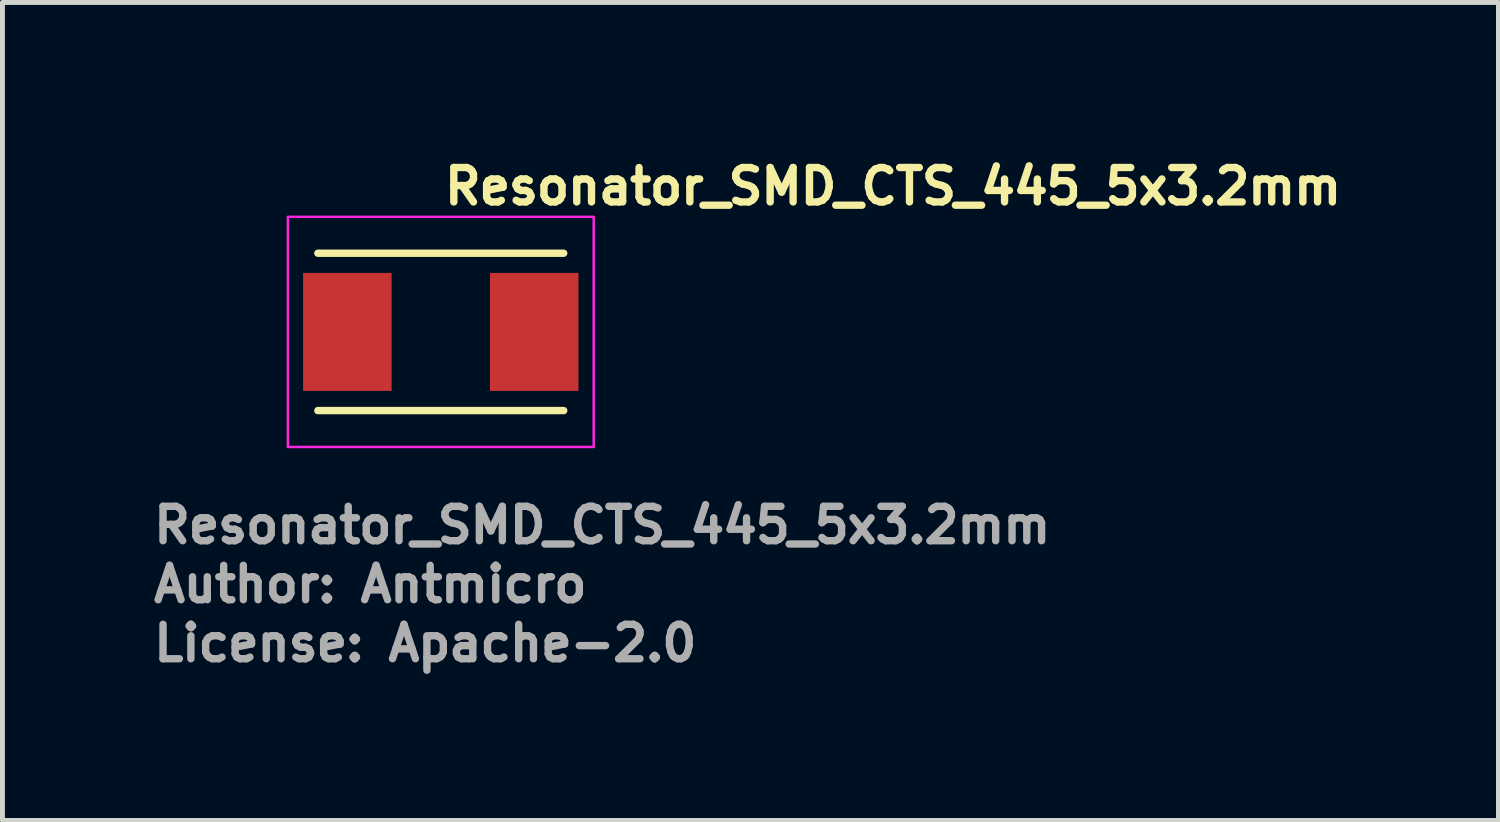
<source format=kicad_pcb>
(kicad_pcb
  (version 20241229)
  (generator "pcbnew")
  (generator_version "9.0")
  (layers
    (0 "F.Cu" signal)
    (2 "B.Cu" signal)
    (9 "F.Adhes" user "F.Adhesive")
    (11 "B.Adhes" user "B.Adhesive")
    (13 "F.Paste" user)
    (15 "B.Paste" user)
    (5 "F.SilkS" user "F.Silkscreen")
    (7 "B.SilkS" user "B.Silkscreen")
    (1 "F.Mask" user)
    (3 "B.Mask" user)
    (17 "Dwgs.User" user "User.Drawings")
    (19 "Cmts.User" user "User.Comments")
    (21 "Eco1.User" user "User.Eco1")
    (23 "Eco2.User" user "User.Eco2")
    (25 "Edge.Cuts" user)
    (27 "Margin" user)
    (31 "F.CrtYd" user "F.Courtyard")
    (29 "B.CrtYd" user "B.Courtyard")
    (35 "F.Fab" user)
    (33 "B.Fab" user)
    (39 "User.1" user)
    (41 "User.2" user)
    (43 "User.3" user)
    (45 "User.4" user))
  (footprint "Resonator_SMD_CTS_445_5x3.2mm"
    (layer "F.Cu")
    (at 5.914 3.7)
    (property "Reference" "Resonator_SMD_CTS_445_5x3.2mm" (at 0 -2.55 0) (unlocked yes) (layer "F.SilkS") (effects (font (size 0.7 0.7) (thickness 0.15)) (justify left bottom)))
    (attr smd)
    (fp_line (start 2.5 -1.6) (end -2.5 -1.6) (stroke (width 0.15) (type solid)) (layer "F.SilkS"))
    (fp_line (start 2.5 1.6) (end -2.5 1.6) (stroke (width 0.15) (type solid)) (layer "F.SilkS"))
    (fp_rect (start -3.11 -2.34) (end 3.11 2.34) (stroke (width 0.05) (type solid)) (fill no) (layer "F.CrtYd"))
    (fp_line (start -2.5 1.6) (end -2.5 -1.6) (stroke (width 0.1) (type solid)) (layer "User.1"))
    (fp_line (start 2.5 -1.6) (end -2.5 -1.6) (stroke (width 0.1) (type solid)) (layer "User.1"))
    (fp_line (start 2.5 1.6) (end -2.5 1.6) (stroke (width 0.1) (type solid)) (layer "User.1"))
    (fp_line (start 2.5 1.6) (end 2.5 -1.6) (stroke (width 0.1) (type solid)) (layer "User.1"))
    (fp_rect (start -2.864 -2.09) (end 2.864 2.09) (stroke (width 0.1) (type solid)) (fill no) (layer "User.5"))
    (fp_line (start -2.864 -1.81) (end -2.864 -0.66) (stroke (width 0.02) (type solid)) (layer "User.9"))
    (fp_line (start -2.864 -0.66) (end -2.61 -0.66) (stroke (width 0.02) (type solid)) (layer "User.9"))
    (fp_line (start -2.864 0.66) (end -2.864 1.81) (stroke (width 0.02) (type solid)) (layer "User.9"))
    (fp_line (start -2.864 1.81) (end -2.584 2.09) (stroke (width 0.02) (type solid)) (layer "User.9"))
    (fp_line (start -2.629 -0.66) (end -2.629 0.66) (stroke (width 0.02) (type solid)) (layer "User.9"))
    (fp_line (start -2.61 -0.66) (end -2.61 0.66) (stroke (width 0.02) (type solid)) (layer "User.9"))
    (fp_line (start -2.61 0.66) (end -2.864 0.66) (stroke (width 0.02) (type solid)) (layer "User.9"))
    (fp_line (start -2.604 -1.308) (end -2.604 1.308) (stroke (width 0.02) (type solid)) (layer "User.9"))
    (fp_line (start -2.604 1.308) (end -2.603 1.334) (stroke (width 0.02) (type solid)) (layer "User.9"))
    (fp_line (start -2.603 -1.334) (end -2.604 -1.308) (stroke (width 0.02) (type solid)) (layer "User.9"))
    (fp_line (start -2.603 1.334) (end -2.601 1.359) (stroke (width 0.02) (type solid)) (layer "User.9"))
    (fp_line (start -2.601 -1.359) (end -2.603 -1.334) (stroke (width 0.02) (type solid)) (layer "User.9"))
    (fp_line (start -2.601 1.359) (end -2.598 1.385) (stroke (width 0.02) (type solid)) (layer "User.9"))
    (fp_line (start -2.598 -1.385) (end -2.601 -1.359) (stroke (width 0.02) (type solid)) (layer "User.9"))
    (fp_line (start -2.598 1.385) (end -2.594 1.41) (stroke (width 0.02) (type solid)) (layer "User.9"))
    (fp_line (start -2.594 -1.41) (end -2.598 -1.385) (stroke (width 0.02) (type solid)) (layer "User.9"))
    (fp_line (start -2.594 1.41) (end -2.588 1.435) (stroke (width 0.02) (type solid)) (layer "User.9"))
    (fp_line (start -2.588 -1.435) (end -2.594 -1.41) (stroke (width 0.02) (type solid)) (layer "User.9"))
    (fp_line (start -2.588 1.435) (end -2.581 1.459) (stroke (width 0.02) (type solid)) (layer "User.9"))
    (fp_line (start -2.584 -2.089) (end -2.864 -1.81) (stroke (width 0.02) (type solid)) (layer "User.9"))
    (fp_line (start -2.584 2.089) (end 2.584 2.089) (stroke (width 0.02) (type solid)) (layer "User.9"))
    (fp_line (start -2.581 -1.459) (end -2.588 -1.435) (stroke (width 0.02) (type solid)) (layer "User.9"))
    (fp_line (start -2.581 1.459) (end -2.573 1.484) (stroke (width 0.02) (type solid)) (layer "User.9"))
    (fp_line (start -2.573 -1.484) (end -2.581 -1.459) (stroke (width 0.02) (type solid)) (layer "User.9"))
    (fp_line (start -2.573 1.484) (end -2.564 1.507) (stroke (width 0.02) (type solid)) (layer "User.9"))
    (fp_line (start -2.564 -1.507) (end -2.573 -1.484) (stroke (width 0.02) (type solid)) (layer "User.9"))
    (fp_line (start -2.564 1.507) (end -2.554 1.53) (stroke (width 0.02) (type solid)) (layer "User.9"))
    (fp_line (start -2.554 -1.53) (end -2.564 -1.507) (stroke (width 0.02) (type solid)) (layer "User.9"))
    (fp_line (start -2.554 1.53) (end -2.542 1.553) (stroke (width 0.02) (type solid)) (layer "User.9"))
    (fp_line (start -2.542 -1.553) (end -2.554 -1.53) (stroke (width 0.02) (type solid)) (layer "User.9"))
    (fp_line (start -2.542 1.553) (end -2.53 1.575) (stroke (width 0.02) (type solid)) (layer "User.9"))
    (fp_line (start -2.53 -1.575) (end -2.542 -1.553) (stroke (width 0.02) (type solid)) (layer "User.9"))
    (fp_line (start -2.53 1.575) (end -2.516 1.597) (stroke (width 0.02) (type solid)) (layer "User.9"))
    (fp_line (start -2.516 -1.597) (end -2.53 -1.575) (stroke (width 0.02) (type solid)) (layer "User.9"))
    (fp_line (start -2.516 1.597) (end -2.502 1.618) (stroke (width 0.02) (type solid)) (layer "User.9"))
    (fp_line (start -2.502 -1.618) (end -2.516 -1.597) (stroke (width 0.02) (type solid)) (layer "User.9"))
    (fp_line (start -2.502 1.618) (end -2.486 1.638) (stroke (width 0.02) (type solid)) (layer "User.9"))
    (fp_line (start -2.486 -1.638) (end -2.502 -1.618) (stroke (width 0.02) (type solid)) (layer "User.9"))
    (fp_line (start -2.486 1.638) (end -2.469 1.657) (stroke (width 0.02) (type solid)) (layer "User.9"))
    (fp_line (start -2.469 -1.657) (end -2.486 -1.638) (stroke (width 0.02) (type solid)) (layer "User.9"))
    (fp_line (start -2.469 1.657) (end -2.451 1.676) (stroke (width 0.02) (type solid)) (layer "User.9"))
    (fp_line (start -2.451 -1.676) (end -2.469 -1.657) (stroke (width 0.02) (type solid)) (layer "User.9"))
    (fp_line (start -2.451 -1.676) (end -2.451 -1.676) (stroke (width 0.02) (type solid)) (layer "User.9"))
    (fp_line (start -2.451 1.676) (end -2.451 1.676) (stroke (width 0.02) (type solid)) (layer "User.9"))
    (fp_line (start -2.451 1.676) (end -2.432 1.694) (stroke (width 0.02) (type solid)) (layer "User.9"))
    (fp_line (start -2.432 -1.694) (end -2.451 -1.676) (stroke (width 0.02) (type solid)) (layer "User.9"))
    (fp_line (start -2.432 1.694) (end -2.413 1.711) (stroke (width 0.02) (type solid)) (layer "User.9"))
    (fp_line (start -2.413 -1.711) (end -2.432 -1.694) (stroke (width 0.02) (type solid)) (layer "User.9"))
    (fp_line (start -2.413 1.711) (end -2.393 1.727) (stroke (width 0.02) (type solid)) (layer "User.9"))
    (fp_line (start -2.393 -1.727) (end -2.413 -1.711) (stroke (width 0.02) (type solid)) (layer "User.9"))
    (fp_line (start -2.393 1.727) (end -2.372 1.741) (stroke (width 0.02) (type solid)) (layer "User.9"))
    (fp_line (start -2.372 -1.741) (end -2.393 -1.727) (stroke (width 0.02) (type solid)) (layer "User.9"))
    (fp_line (start -2.372 1.741) (end -2.35 1.755) (stroke (width 0.02) (type solid)) (layer "User.9"))
    (fp_line (start -2.35 -1.755) (end -2.372 -1.741) (stroke (width 0.02) (type solid)) (layer "User.9"))
    (fp_line (start -2.35 1.755) (end -2.328 1.767) (stroke (width 0.02) (type solid)) (layer "User.9"))
    (fp_line (start -2.328 -1.767) (end -2.35 -1.755) (stroke (width 0.02) (type solid)) (layer "User.9"))
    (fp_line (start -2.328 1.767) (end -2.305 1.779) (stroke (width 0.02) (type solid)) (layer "User.9"))
    (fp_line (start -2.305 -1.779) (end -2.328 -1.767) (stroke (width 0.02) (type solid)) (layer "User.9"))
    (fp_line (start -2.305 1.779) (end -2.282 1.789) (stroke (width 0.02) (type solid)) (layer "User.9"))
    (fp_line (start -2.282 -1.789) (end -2.305 -1.779) (stroke (width 0.02) (type solid)) (layer "User.9"))
    (fp_line (start -2.282 1.789) (end -2.259 1.798) (stroke (width 0.02) (type solid)) (layer "User.9"))
    (fp_line (start -2.259 -1.798) (end -2.282 -1.789) (stroke (width 0.02) (type solid)) (layer "User.9"))
    (fp_line (start -2.259 1.798) (end -2.234 1.806) (stroke (width 0.02) (type solid)) (layer "User.9"))
    (fp_line (start -2.234 -1.806) (end -2.259 -1.798) (stroke (width 0.02) (type solid)) (layer "User.9"))
    (fp_line (start -2.234 1.806) (end -2.21 1.813) (stroke (width 0.02) (type solid)) (layer "User.9"))
    (fp_line (start -2.21 -1.813) (end -2.234 -1.806) (stroke (width 0.02) (type solid)) (layer "User.9"))
    (fp_line (start -2.21 1.813) (end -2.185 1.819) (stroke (width 0.02) (type solid)) (layer "User.9"))
    (fp_line (start -2.185 -1.819) (end -2.21 -1.813) (stroke (width 0.02) (type solid)) (layer "User.9"))
    (fp_line (start -2.185 1.819) (end -2.16 1.823) (stroke (width 0.02) (type solid)) (layer "User.9"))
    (fp_line (start -2.16 -1.823) (end -2.185 -1.819) (stroke (width 0.02) (type solid)) (layer "User.9"))
    (fp_line (start -2.16 1.823) (end -2.134 1.826) (stroke (width 0.02) (type solid)) (layer "User.9"))
    (fp_line (start -2.134 -1.826) (end -2.16 -1.823) (stroke (width 0.02) (type solid)) (layer "User.9"))
    (fp_line (start -2.134 1.826) (end -2.109 1.828) (stroke (width 0.02) (type solid)) (layer "User.9"))
    (fp_line (start -2.109 -1.828) (end -2.134 -1.826) (stroke (width 0.02) (type solid)) (layer "User.9"))
    (fp_line (start -2.109 1.828) (end -2.083 1.829) (stroke (width 0.02) (type solid)) (layer "User.9"))
    (fp_line (start -2.083 -1.829) (end -2.109 -1.828) (stroke (width 0.02) (type solid)) (layer "User.9"))
    (fp_line (start -2.083 1.829) (end 2.083 1.829) (stroke (width 0.02) (type solid)) (layer "User.9"))
    (fp_line (start 2.083 -1.829) (end -2.083 -1.829) (stroke (width 0.02) (type solid)) (layer "User.9"))
    (fp_line (start 2.083 1.829) (end 2.109 1.828) (stroke (width 0.02) (type solid)) (layer "User.9"))
    (fp_line (start 2.109 -1.828) (end 2.083 -1.829) (stroke (width 0.02) (type solid)) (layer "User.9"))
    (fp_line (start 2.109 1.828) (end 2.134 1.826) (stroke (width 0.02) (type solid)) (layer "User.9"))
    (fp_line (start 2.134 -1.826) (end 2.109 -1.828) (stroke (width 0.02) (type solid)) (layer "User.9"))
    (fp_line (start 2.134 1.826) (end 2.16 1.823) (stroke (width 0.02) (type solid)) (layer "User.9"))
    (fp_line (start 2.16 -1.823) (end 2.134 -1.826) (stroke (width 0.02) (type solid)) (layer "User.9"))
    (fp_line (start 2.16 1.823) (end 2.185 1.819) (stroke (width 0.02) (type solid)) (layer "User.9"))
    (fp_line (start 2.185 -1.819) (end 2.16 -1.823) (stroke (width 0.02) (type solid)) (layer "User.9"))
    (fp_line (start 2.185 1.819) (end 2.21 1.813) (stroke (width 0.02) (type solid)) (layer "User.9"))
    (fp_line (start 2.21 -1.813) (end 2.185 -1.819) (stroke (width 0.02) (type solid)) (layer "User.9"))
    (fp_line (start 2.21 1.813) (end 2.234 1.806) (stroke (width 0.02) (type solid)) (layer "User.9"))
    (fp_line (start 2.234 -1.806) (end 2.21 -1.813) (stroke (width 0.02) (type solid)) (layer "User.9"))
    (fp_line (start 2.234 1.806) (end 2.259 1.798) (stroke (width 0.02) (type solid)) (layer "User.9"))
    (fp_line (start 2.259 -1.798) (end 2.234 -1.806) (stroke (width 0.02) (type solid)) (layer "User.9"))
    (fp_line (start 2.259 1.798) (end 2.282 1.789) (stroke (width 0.02) (type solid)) (layer "User.9"))
    (fp_line (start 2.282 -1.789) (end 2.259 -1.798) (stroke (width 0.02) (type solid)) (layer "User.9"))
    (fp_line (start 2.282 1.789) (end 2.305 1.779) (stroke (width 0.02) (type solid)) (layer "User.9"))
    (fp_line (start 2.305 -1.779) (end 2.282 -1.789) (stroke (width 0.02) (type solid)) (layer "User.9"))
    (fp_line (start 2.305 1.779) (end 2.328 1.767) (stroke (width 0.02) (type solid)) (layer "User.9"))
    (fp_line (start 2.328 -1.767) (end 2.305 -1.779) (stroke (width 0.02) (type solid)) (layer "User.9"))
    (fp_line (start 2.328 1.767) (end 2.35 1.755) (stroke (width 0.02) (type solid)) (layer "User.9"))
    (fp_line (start 2.35 -1.755) (end 2.328 -1.767) (stroke (width 0.02) (type solid)) (layer "User.9"))
    (fp_line (start 2.35 1.755) (end 2.372 1.741) (stroke (width 0.02) (type solid)) (layer "User.9"))
    (fp_line (start 2.372 -1.741) (end 2.35 -1.755) (stroke (width 0.02) (type solid)) (layer "User.9"))
    (fp_line (start 2.372 1.741) (end 2.393 1.727) (stroke (width 0.02) (type solid)) (layer "User.9"))
    (fp_line (start 2.393 -1.727) (end 2.372 -1.741) (stroke (width 0.02) (type solid)) (layer "User.9"))
    (fp_line (start 2.393 1.727) (end 2.413 1.711) (stroke (width 0.02) (type solid)) (layer "User.9"))
    (fp_line (start 2.413 -1.711) (end 2.393 -1.727) (stroke (width 0.02) (type solid)) (layer "User.9"))
    (fp_line (start 2.413 1.711) (end 2.432 1.694) (stroke (width 0.02) (type solid)) (layer "User.9"))
    (fp_line (start 2.432 -1.694) (end 2.413 -1.711) (stroke (width 0.02) (type solid)) (layer "User.9"))
    (fp_line (start 2.432 1.694) (end 2.451 1.676) (stroke (width 0.02) (type solid)) (layer "User.9"))
    (fp_line (start 2.451 -1.676) (end 2.432 -1.694) (stroke (width 0.02) (type solid)) (layer "User.9"))
    (fp_line (start 2.451 -1.676) (end 2.451 -1.676) (stroke (width 0.02) (type solid)) (layer "User.9"))
    (fp_line (start 2.451 1.676) (end 2.451 1.676) (stroke (width 0.02) (type solid)) (layer "User.9"))
    (fp_line (start 2.451 1.676) (end 2.469 1.657) (stroke (width 0.02) (type solid)) (layer "User.9"))
    (fp_line (start 2.469 -1.657) (end 2.451 -1.676) (stroke (width 0.02) (type solid)) (layer "User.9"))
    (fp_line (start 2.469 1.657) (end 2.486 1.638) (stroke (width 0.02) (type solid)) (layer "User.9"))
    (fp_line (start 2.486 -1.638) (end 2.469 -1.657) (stroke (width 0.02) (type solid)) (layer "User.9"))
    (fp_line (start 2.486 1.638) (end 2.502 1.618) (stroke (width 0.02) (type solid)) (layer "User.9"))
    (fp_line (start 2.502 -1.618) (end 2.486 -1.638) (stroke (width 0.02) (type solid)) (layer "User.9"))
    (fp_line (start 2.502 1.618) (end 2.516 1.597) (stroke (width 0.02) (type solid)) (layer "User.9"))
    (fp_line (start 2.516 -1.597) (end 2.502 -1.618) (stroke (width 0.02) (type solid)) (layer "User.9"))
    (fp_line (start 2.516 1.597) (end 2.53 1.575) (stroke (width 0.02) (type solid)) (layer "User.9"))
    (fp_line (start 2.53 -1.575) (end 2.516 -1.597) (stroke (width 0.02) (type solid)) (layer "User.9"))
    (fp_line (start 2.53 1.575) (end 2.542 1.553) (stroke (width 0.02) (type solid)) (layer "User.9"))
    (fp_line (start 2.542 -1.553) (end 2.53 -1.575) (stroke (width 0.02) (type solid)) (layer "User.9"))
    (fp_line (start 2.542 1.553) (end 2.554 1.53) (stroke (width 0.02) (type solid)) (layer "User.9"))
    (fp_line (start 2.554 -1.53) (end 2.542 -1.553) (stroke (width 0.02) (type solid)) (layer "User.9"))
    (fp_line (start 2.554 1.53) (end 2.564 1.507) (stroke (width 0.02) (type solid)) (layer "User.9"))
    (fp_line (start 2.564 -1.507) (end 2.554 -1.53) (stroke (width 0.02) (type solid)) (layer "User.9"))
    (fp_line (start 2.564 1.507) (end 2.573 1.484) (stroke (width 0.02) (type solid)) (layer "User.9"))
    (fp_line (start 2.573 -1.484) (end 2.564 -1.507) (stroke (width 0.02) (type solid)) (layer "User.9"))
    (fp_line (start 2.573 1.484) (end 2.581 1.459) (stroke (width 0.02) (type solid)) (layer "User.9"))
    (fp_line (start 2.581 -1.459) (end 2.573 -1.484) (stroke (width 0.02) (type solid)) (layer "User.9"))
    (fp_line (start 2.581 1.459) (end 2.588 1.435) (stroke (width 0.02) (type solid)) (layer "User.9"))
    (fp_line (start 2.584 -2.089) (end -2.584 -2.089) (stroke (width 0.02) (type solid)) (layer "User.9"))
    (fp_line (start 2.584 2.089) (end 2.864 1.81) (stroke (width 0.02) (type solid)) (layer "User.9"))
    (fp_line (start 2.588 -1.435) (end 2.581 -1.459) (stroke (width 0.02) (type solid)) (layer "User.9"))
    (fp_line (start 2.588 1.435) (end 2.594 1.41) (stroke (width 0.02) (type solid)) (layer "User.9"))
    (fp_line (start 2.594 -1.41) (end 2.588 -1.435) (stroke (width 0.02) (type solid)) (layer "User.9"))
    (fp_line (start 2.594 1.41) (end 2.598 1.385) (stroke (width 0.02) (type solid)) (layer "User.9"))
    (fp_line (start 2.598 -1.385) (end 2.594 -1.41) (stroke (width 0.02) (type solid)) (layer "User.9"))
    (fp_line (start 2.598 1.385) (end 2.601 1.359) (stroke (width 0.02) (type solid)) (layer "User.9"))
    (fp_line (start 2.601 -1.359) (end 2.598 -1.385) (stroke (width 0.02) (type solid)) (layer "User.9"))
    (fp_line (start 2.601 1.359) (end 2.603 1.334) (stroke (width 0.02) (type solid)) (layer "User.9"))
    (fp_line (start 2.603 -1.334) (end 2.601 -1.359) (stroke (width 0.02) (type solid)) (layer "User.9"))
    (fp_line (start 2.603 1.334) (end 2.604 1.308) (stroke (width 0.02) (type solid)) (layer "User.9"))
    (fp_line (start 2.604 -1.308) (end 2.603 -1.334) (stroke (width 0.02) (type solid)) (layer "User.9"))
    (fp_line (start 2.604 1.308) (end 2.604 -1.308) (stroke (width 0.02) (type solid)) (layer "User.9"))
    (fp_line (start 2.61 -0.66) (end 2.864 -0.66) (stroke (width 0.02) (type solid)) (layer "User.9"))
    (fp_line (start 2.61 0.66) (end 2.61 -0.66) (stroke (width 0.02) (type solid)) (layer "User.9"))
    (fp_line (start 2.629 0.66) (end 2.629 -0.66) (stroke (width 0.02) (type solid)) (layer "User.9"))
    (fp_line (start 2.864 -1.81) (end 2.584 -2.09) (stroke (width 0.02) (type solid)) (layer "User.9"))
    (fp_line (start 2.864 -0.66) (end 2.864 -1.81) (stroke (width 0.02) (type solid)) (layer "User.9"))
    (fp_line (start 2.864 0.66) (end 2.61 0.66) (stroke (width 0.02) (type solid)) (layer "User.9"))
    (fp_line (start 2.864 1.81) (end 2.864 0.66) (stroke (width 0.02) (type solid)) (layer "User.9"))
    (fp_text user "Author: Antmicro" (at -5.914 5.54 0) (layer "F.Fab") (effects (font (size 0.7 0.7) (thickness 0.15)) (justify left bottom)))
    (fp_text user "${REFERENCE}" (at -5.914 4.34 0) (unlocked yes) (layer "F.Fab") (effects (font (size 0.7 0.7) (thickness 0.15)) (justify left bottom)))
    (fp_text user "License: Apache-2.0" (at -5.914 6.74 0) (layer "F.Fab") (effects (font (size 0.7 0.7) (thickness 0.15)) (justify left bottom)))
    (pad "1" smd rect (at -1.9 0) (size 1.8 2.4) (layers "F.Cu" "F.Mask" "F.Paste"))
    (pad "2" smd rect (at 1.9 0) (size 1.8 2.4) (layers "F.Cu" "F.Mask" "F.Paste")))
  (gr_rect
    (start -3 -3)
    (end 27.424 13.636)
    (stroke (width 0.1) (type default))
    (fill no)
    (layer "Edge.Cuts")))
</source>
